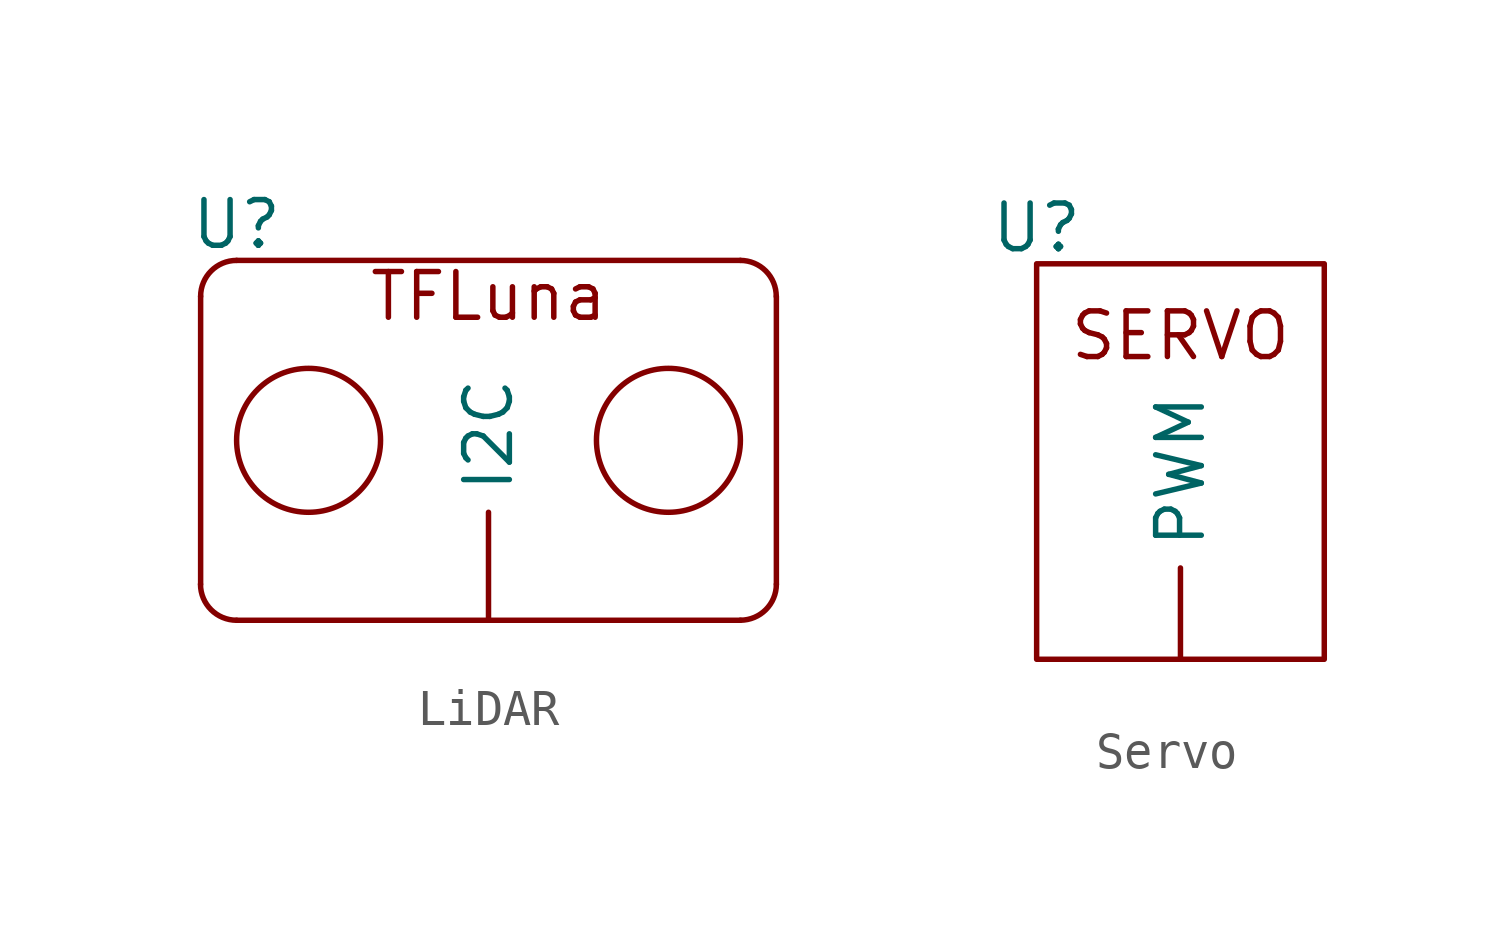
<source format=kicad_sym>
(kicad_symbol_lib
  (version 20241209)
  (generator "kicad_symbol_editor")
  (generator_version "9.0")
  (symbol "LiDAR"
    (property "Reference" "U"
      (at -4 4 0)
      (effects (font (size 1.27 1.27))))
    (property "Value" ""
      (at 0 0 0)
      (effects (font (size 1.27 1.27))))
    (symbol "LiDAR_0_1"
      (polyline (pts (xy -5 -6) (xy -5 2)) (stroke (width 0) (type default)) (fill (type none)))
      (polyline (pts (xy -4 3) (xy 10 3)) (stroke (width 0) (type default)) (fill (type none)))
      (arc (start -5 2) (mid -4.7071 2.7071) (end -4 3) (stroke (width 0) (type default)) (fill (type none)))
      (arc (start -4 -7) (mid -4.7071 -6.7071) (end -5 -6) (stroke (width 0) (type default)) (fill (type none)))
      (circle (center -2 -2) (radius 2) (stroke (width 0) (type default)) (fill (type none)))
      (circle (center 8 -2) (radius 2) (stroke (width 0) (type default)) (fill (type none)))
      (arc (start 10 3) (mid 10.7071 2.7071) (end 11 2) (stroke (width 0) (type default)) (fill (type none)))
      (arc (start 11 -6) (mid 10.7071 -6.7071) (end 10 -7) (stroke (width 0) (type default)) (fill (type none)))
      (polyline (pts (xy 10 -7) (xy -4 -7)) (stroke (width 0) (type default)) (fill (type none)))
      (polyline (pts (xy 11 2) (xy 11 -6)) (stroke (width 0) (type default)) (fill (type none))))
    (symbol "LiDAR_1_1"
      (text "TFLuna" (at 3 2 0) (effects (font (size 1.27 1.27))))
      (pin bidirectional line (at 3 -7 90) (length 3) (name "I2C" (effects (font (size 1.27 1.27)))) (number "" (effects (font (size 1.27 1.27)))))))
  (symbol "Servo"
    (property "Reference" "U"
      (at -3 3 0)
      (effects (font (size 1.27 1.27))))
    (property "Value" ""
      (at 0 0 0)
      (effects (font (size 1.27 1.27))))
    (symbol "Servo_0_1"
      (rectangle (start -3 2) (end 5 -9) (stroke (width 0) (type default)) (fill (type none))))
    (symbol "Servo_1_1"
      (text "SERVO" (at 1 0 0) (effects (font (size 1.27 1.27))))
      (pin input line (at 1 -9 90) (length 2.54) (name "PWM" (effects (font (size 1.27 1.27)))) (number "" (effects (font (size 1.27 1.27))))))))
</source>
